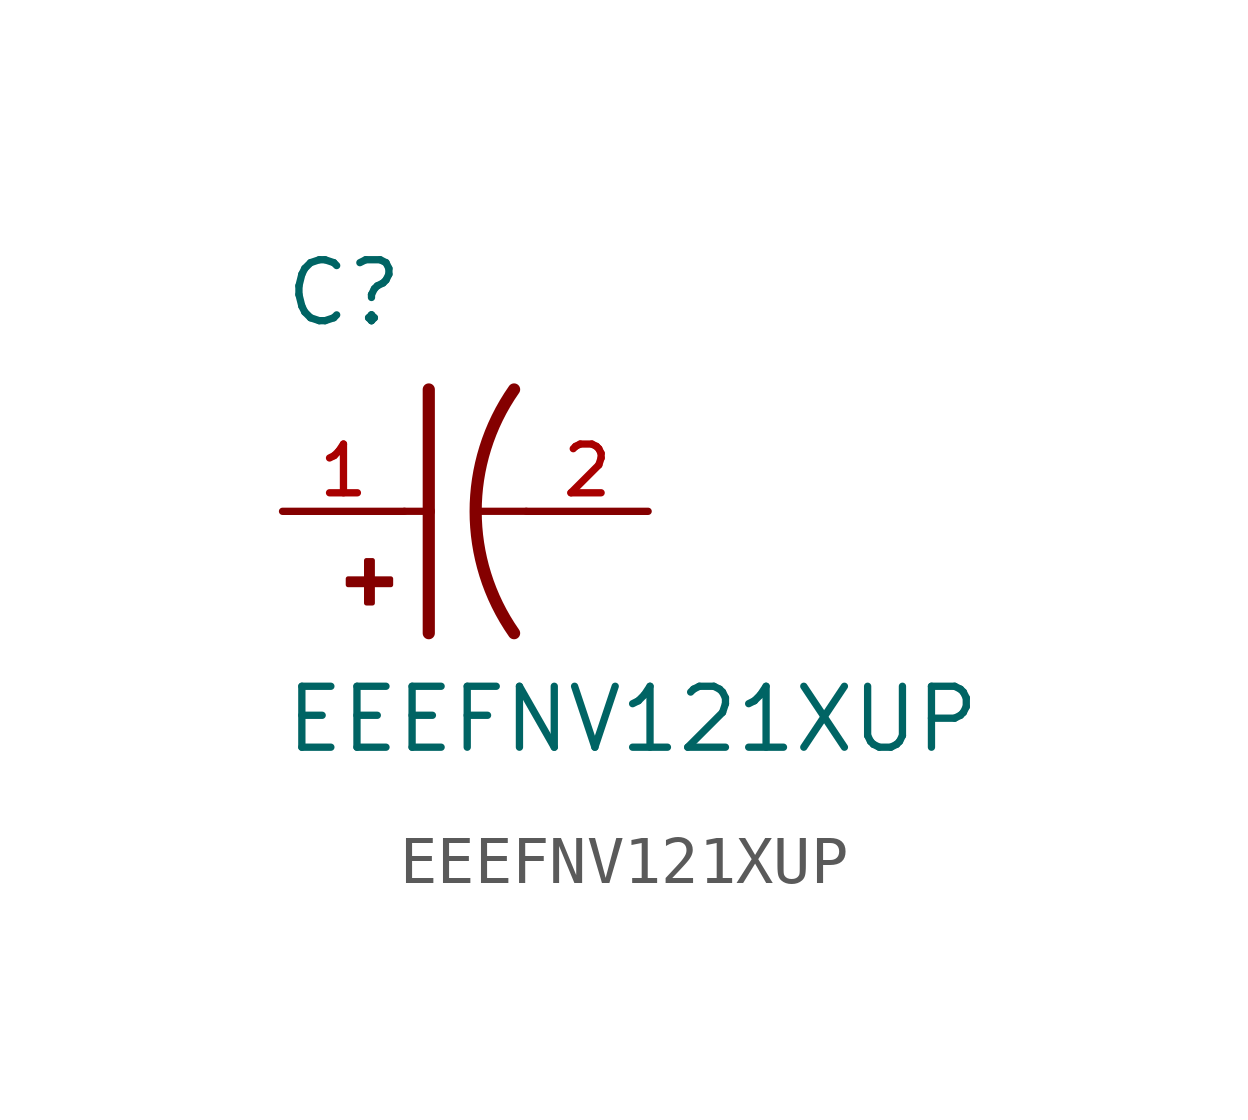
<source format=kicad_sym>
(kicad_symbol_lib
  (version 20211014)
  (generator kicad_symbol_editor)
  (symbol "EEEFNV121XUP"
    (pin_names
      (offset 1.016))
    (property "Reference" "C"
      (at -2.54 3.81 0)
      (effects (font (size 1.27 1.27)) (justify bottom left)))
    (property "Value" "EEEFNV121XUP"
      (at -2.54 -5.08 0)
      (effects (font (size 1.27 1.27)) (justify bottom left)))
    (symbol "EEEFNV121XUP_0_0"
      (arc (start 2.286 -2.54) (mid 1.4851 -0.0) (end 2.286 2.54) (stroke (width 0.254) (type default) (color 0 0 0 0)) (fill (type none)))
      (polyline (pts (xy 0.508 2.54) (xy 0.508 0.0)) (stroke (width 0.254)))
      (rectangle (start -1.173 -1.532) (end -0.284 -1.405) (stroke (width 0.1)) (fill (type outline)))
      (rectangle (start -0.792 -1.913) (end -0.665 -1.024) (stroke (width 0.1)) (fill (type outline)))
      (polyline (pts (xy 0.508 0.0) (xy 0.508 -2.54)) (stroke (width 0.254)))
      (polyline (pts (xy 0.0 0.0) (xy 0.508 0.0)) (stroke (width 0.152)))
      (polyline (pts (xy 2.54 0.0) (xy 1.524 0.0)) (stroke (width 0.152)))
      (pin passive line (at -2.54 0.0 0) (length 2.54) (name "~" (effects (font (size 1.016 1.016)))) (number "1" (effects (font (size 1.016 1.016)))))
      (pin passive line (at 5.08 0.0 180.0) (length 2.54) (name "~" (effects (font (size 1.016 1.016)))) (number "2" (effects (font (size 1.016 1.016))))))))
</source>
